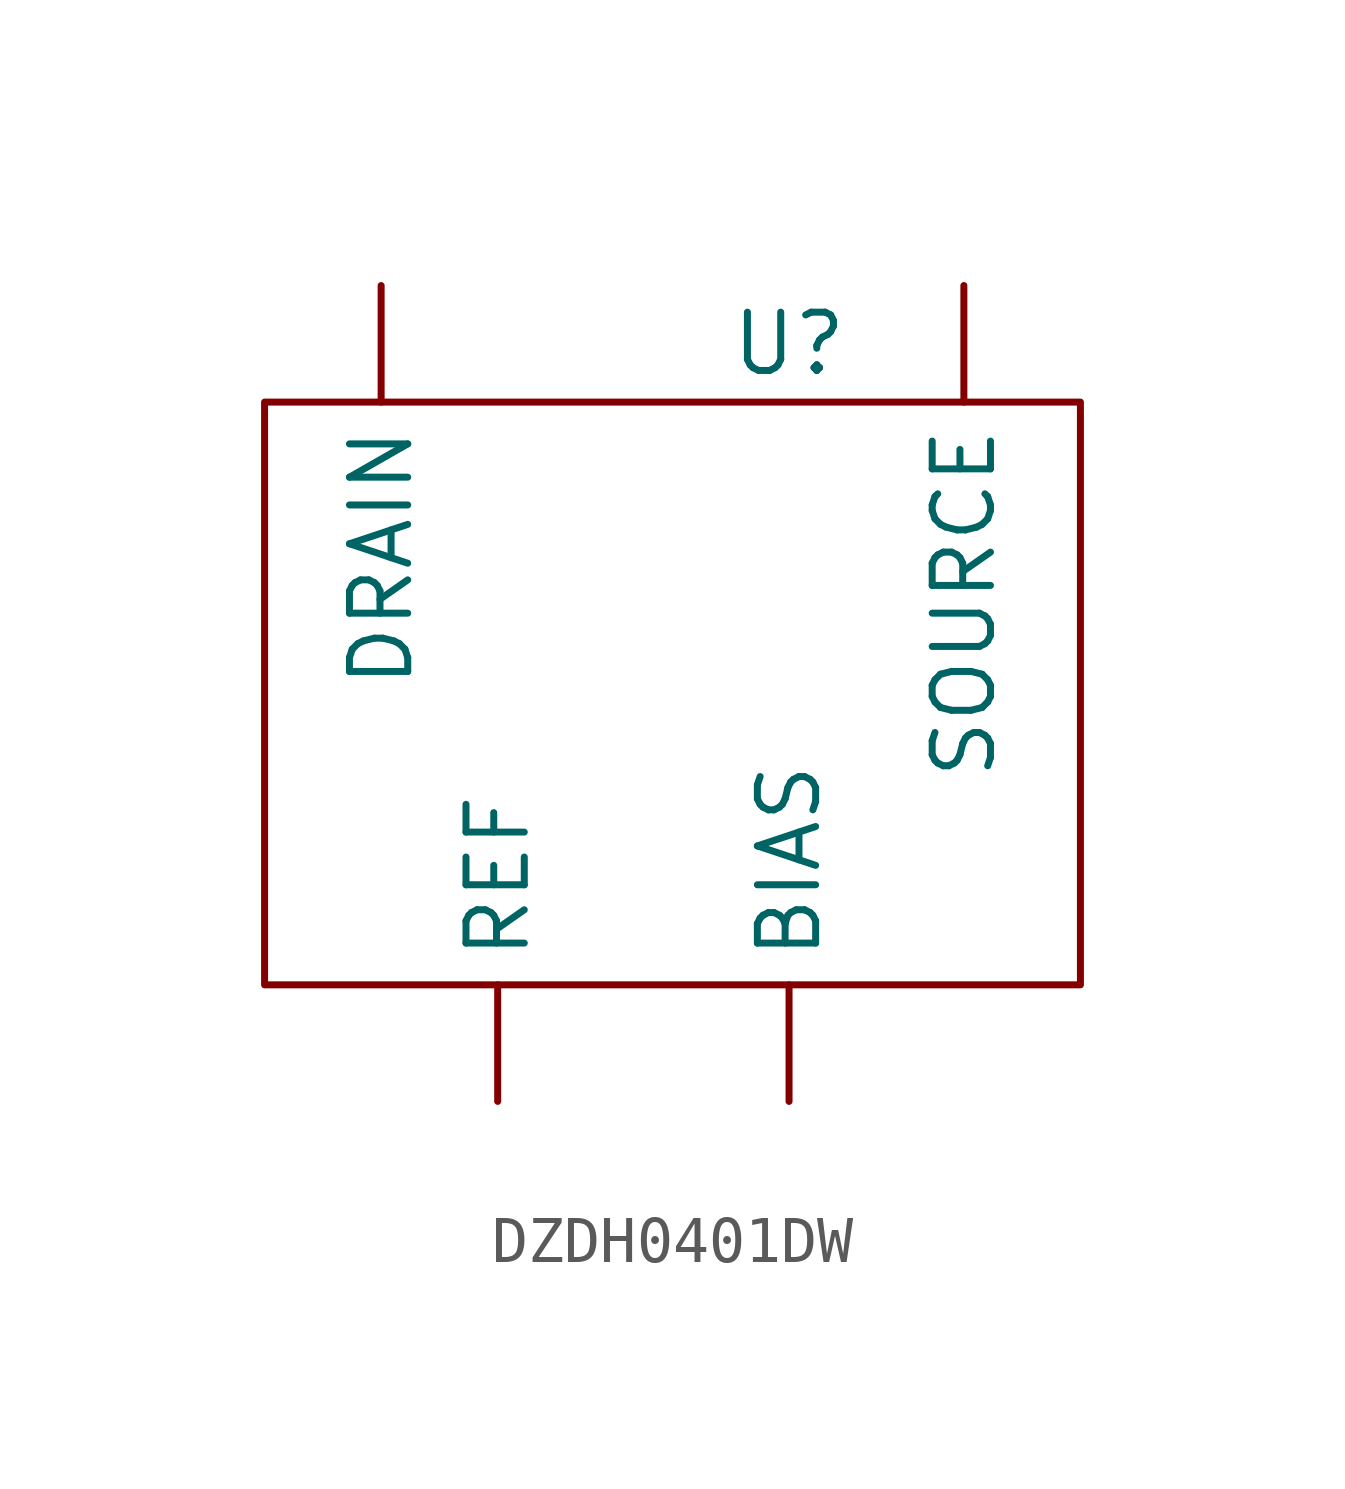
<source format=kicad_sym>
(kicad_symbol_lib
  (version 20220914)
  (generator kicad_symbol_editor)
  (symbol "DZDH0401DW"
    (property "Reference" "U"
      (at 2.54 0 0)
      (effects (font (size 1.27 1.27))))
    (property "Value" ""
      (at 1.27 0 0)
      (effects (font (size 1.27 1.27))))
    (symbol "DZDH0401DW_0_1"
      (rectangle (start -8.89 -1.27) (end 8.89 -13.97) (stroke (width 0) (type default)) (fill (type none))))
    (symbol "DZDH0401DW_1_1"
      (pin output line (at 2.54 -16.51 90) (length 2.54) (name "BIAS" (effects (font (size 1.27 1.27)))) (number "" (effects (font (size 1.27 1.27)))))
      (pin output line (at -6.35 1.27 270) (length 2.54) (name "DRAIN" (effects (font (size 1.27 1.27)))) (number "" (effects (font (size 1.27 1.27)))))
      (pin output line (at -3.81 -16.51 90) (length 2.54) (name "REF" (effects (font (size 1.27 1.27)))) (number "" (effects (font (size 1.27 1.27)))))
      (pin output line (at 6.35 1.27 270) (length 2.54) (name "SOURCE" (effects (font (size 1.27 1.27)))) (number "" (effects (font (size 1.27 1.27))))))))
</source>
